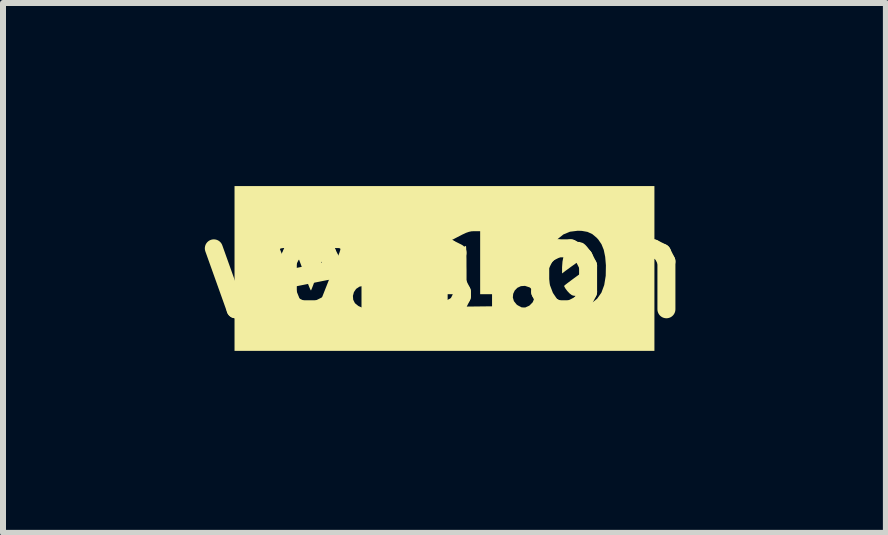
<source format=kicad_pcb>
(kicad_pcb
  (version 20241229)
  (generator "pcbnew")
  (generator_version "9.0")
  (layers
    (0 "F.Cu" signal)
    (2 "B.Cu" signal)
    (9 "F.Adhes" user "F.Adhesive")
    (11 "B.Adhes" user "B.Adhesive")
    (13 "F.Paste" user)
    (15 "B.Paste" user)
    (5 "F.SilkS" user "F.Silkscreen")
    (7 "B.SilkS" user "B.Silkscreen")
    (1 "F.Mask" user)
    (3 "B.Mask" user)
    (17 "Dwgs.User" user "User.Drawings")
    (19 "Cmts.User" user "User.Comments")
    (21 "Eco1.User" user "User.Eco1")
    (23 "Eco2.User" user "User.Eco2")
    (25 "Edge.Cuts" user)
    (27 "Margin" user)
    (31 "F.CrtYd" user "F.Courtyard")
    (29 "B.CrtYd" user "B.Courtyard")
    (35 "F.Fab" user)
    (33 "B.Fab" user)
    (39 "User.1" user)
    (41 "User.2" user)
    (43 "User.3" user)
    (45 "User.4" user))
  (footprint "version"
    (layer "F.Cu")
    (at 4.362 1.418)
    (property "Reference" "version" (at 0 0 0) (layer "F.SilkS") (effects (font (size 1.524 1.524) (thickness 0.3))))
    (attr board_only exclude_from_pos_files exclude_from_bom)
    (fp_poly (pts (xy 2.31 -0.415) (xy 2.343 -0.39) (xy 2.38 -0.35) (xy 2.413 -0.306) (xy 2.432 -0.27) (xy 2.433 -0.262) (xy 2.42 -0.247) (xy 2.383 -0.217) (xy 2.328 -0.175) (xy 2.261 -0.126) (xy 2.254 -0.121) (xy 2.179 -0.068) (xy 2.109 -0.018) (xy 2.053 0.023) (xy 2.017 0.049) (xy 1.961 0.092) (xy 1.961 -0.012) (xy 1.968 -0.106) (xy 1.987 -0.203) (xy 2.016 -0.29) (xy 2.044 -0.345) (xy 2.099 -0.4) (xy 2.171 -0.43) (xy 2.249 -0.434)) (stroke (width 0) (type solid)) (fill yes) (layer "F.SilkS"))
    (fp_poly (pts (xy 2.469 -0.019) (xy 2.471 0.022) (xy 2.467 0.081) (xy 2.458 0.149) (xy 2.446 0.218) (xy 2.431 0.279) (xy 2.415 0.325) (xy 2.415 0.325) (xy 2.363 0.402) (xy 2.296 0.451) (xy 2.221 0.472) (xy 2.143 0.461) (xy 2.119 0.45) (xy 2.087 0.426) (xy 2.05 0.387) (xy 2.018 0.345) (xy 1.998 0.31) (xy 1.996 0.299) (xy 2.009 0.286) (xy 2.046 0.257) (xy 2.099 0.217) (xy 2.164 0.169) (xy 2.234 0.118) (xy 2.304 0.069) (xy 2.367 0.024) (xy 2.418 -0.01) (xy 2.451 -0.031) (xy 2.46 -0.035)) (stroke (width 0) (type solid)) (fill yes) (layer "F.SilkS"))
    (fp_poly (pts (xy 3.501 1.383) (xy -3.501 1.383) (xy -3.501 -0.315) (xy -2.744 -0.315) (xy -2.743 -0.311) (xy -2.725 -0.265) (xy -2.698 -0.197) (xy -2.663 -0.11) (xy -2.624 -0.011) (xy -2.582 0.095) (xy -2.539 0.204) (xy -2.497 0.31) (xy -2.458 0.408) (xy -2.424 0.493) (xy -2.398 0.559) (xy -2.381 0.603) (xy -2.375 0.617) (xy -2.364 0.633) (xy -2.338 0.643) (xy -2.292 0.647) (xy -2.234 0.648) (xy -2.104 0.648) (xy -2.032 0.466) (xy -1.527 0.466) (xy -1.522 0.53) (xy -1.493 0.588) (xy -1.438 0.633) (xy -1.435 0.635) (xy -1.384 0.658) (xy -1.346 0.664) (xy -1.305 0.654) (xy -1.289 0.649) (xy -1.225 0.608) (xy -1.184 0.549) (xy -1.17 0.48) (xy -1.183 0.41) (xy -1.224 0.349) (xy -1.272 0.312) (xy -1.326 0.298) (xy -1.346 0.298) (xy -1.417 0.312) (xy -1.473 0.349) (xy -1.51 0.403) (xy -1.527 0.466) (xy -2.032 0.466) (xy -1.927 0.2) (xy -1.88 0.08) (xy -1.837 -0.031) (xy -1.8 -0.128) (xy -1.77 -0.207) (xy -1.749 -0.262) (xy -1.74 -0.291) (xy -1.74 -0.291) (xy -1.735 -0.314) (xy -1.741 -0.326) (xy -1.764 -0.331) (xy -1.812 -0.331) (xy -1.848 -0.329) (xy -1.967 -0.324) (xy -2.092 0.022) (xy -2.13 0.125) (xy -2.164 0.217) (xy -2.192 0.293) (xy -2.213 0.347) (xy -2.225 0.374) (xy -2.226 0.376) (xy -2.235 0.364) (xy -2.253 0.323) (xy -2.278 0.26) (xy -2.309 0.179) (xy -2.337 0.101) (xy -2.373 0.001) (xy -2.408 -0.093) (xy -2.438 -0.173) (xy -2.461 -0.233) (xy -2.471 -0.258) (xy -2.502 -0.333) (xy -2.627 -0.333) (xy -2.695 -0.331) (xy -2.732 -0.325) (xy -2.744 -0.315) (xy -3.501 -0.315) (xy -3.501 -0.409) (xy 0.02 -0.409) (xy 0.021 -0.391) (xy 0.032 -0.353) (xy 0.049 -0.306) (xy 0.068 -0.262) (xy 0.083 -0.233) (xy 0.089 -0.228) (xy 0.109 -0.236) (xy 0.152 -0.257) (xy 0.208 -0.288) (xy 0.225 -0.298) (xy 0.284 -0.33) (xy 0.33 -0.355) (xy 0.356 -0.367) (xy 0.358 -0.368) (xy 0.361 -0.351) (xy 0.363 -0.304) (xy 0.365 -0.232) (xy 0.367 -0.14) (xy 0.367 -0.032) (xy 0.368 0.035) (xy 0.368 0.438) (xy 0.053 0.438) (xy 0.053 0.648) (xy 0.867 0.639) (xy 0.872 0.538) (xy 0.874 0.493) (xy 1.14 0.493) (xy 1.158 0.554) (xy 1.204 0.611) (xy 1.224 0.625) (xy 1.288 0.658) (xy 1.346 0.66) (xy 1.409 0.632) (xy 1.42 0.625) (xy 1.471 0.573) (xy 1.498 0.509) (xy 1.499 0.441) (xy 1.476 0.378) (xy 1.428 0.33) (xy 1.416 0.323) (xy 1.342 0.299) (xy 1.274 0.304) (xy 1.216 0.331) (xy 1.172 0.376) (xy 1.146 0.431) (xy 1.14 0.493) (xy 0.874 0.493) (xy 0.877 0.438) (xy 0.595 0.438) (xy 0.595 0.026) (xy 1.734 0.026) (xy 1.738 0.147) (xy 1.752 0.254) (xy 1.76 0.29) (xy 1.808 0.416) (xy 1.877 0.518) (xy 1.965 0.595) (xy 2.069 0.643) (xy 2.184 0.662) (xy 2.307 0.648) (xy 2.336 0.64) (xy 2.453 0.589) (xy 2.546 0.513) (xy 2.617 0.412) (xy 2.664 0.285) (xy 2.689 0.131) (xy 2.692 -0.043) (xy 2.68 -0.186) (xy 2.656 -0.302) (xy 2.618 -0.396) (xy 2.564 -0.475) (xy 2.536 -0.505) (xy 2.464 -0.565) (xy 2.385 -0.601) (xy 2.29 -0.618) (xy 2.223 -0.62) (xy 2.093 -0.604) (xy 1.982 -0.558) (xy 1.89 -0.484) (xy 1.818 -0.382) (xy 1.767 -0.252) (xy 1.753 -0.196) (xy 1.739 -0.093) (xy 1.734 0.026) (xy 0.595 0.026) (xy 0.595 -0.613) (xy 0.498 -0.613) (xy 0.452 -0.611) (xy 0.408 -0.602) (xy 0.359 -0.585) (xy 0.297 -0.556) (xy 0.214 -0.513) (xy 0.141 -0.475) (xy 0.08 -0.442) (xy 0.038 -0.419) (xy 0.02 -0.409) (xy 0.02 -0.409) (xy -3.501 -0.409) (xy -3.501 -1.365) (xy 3.501 -1.365)) (stroke (width 0) (type solid)) (fill yes) (layer "F.SilkS")))
  (gr_rect
    (start -3 -3)
    (end 11.723 5.836)
    (stroke (width 0.1) (type default))
    (fill no)
    (layer "Edge.Cuts")))
</source>
